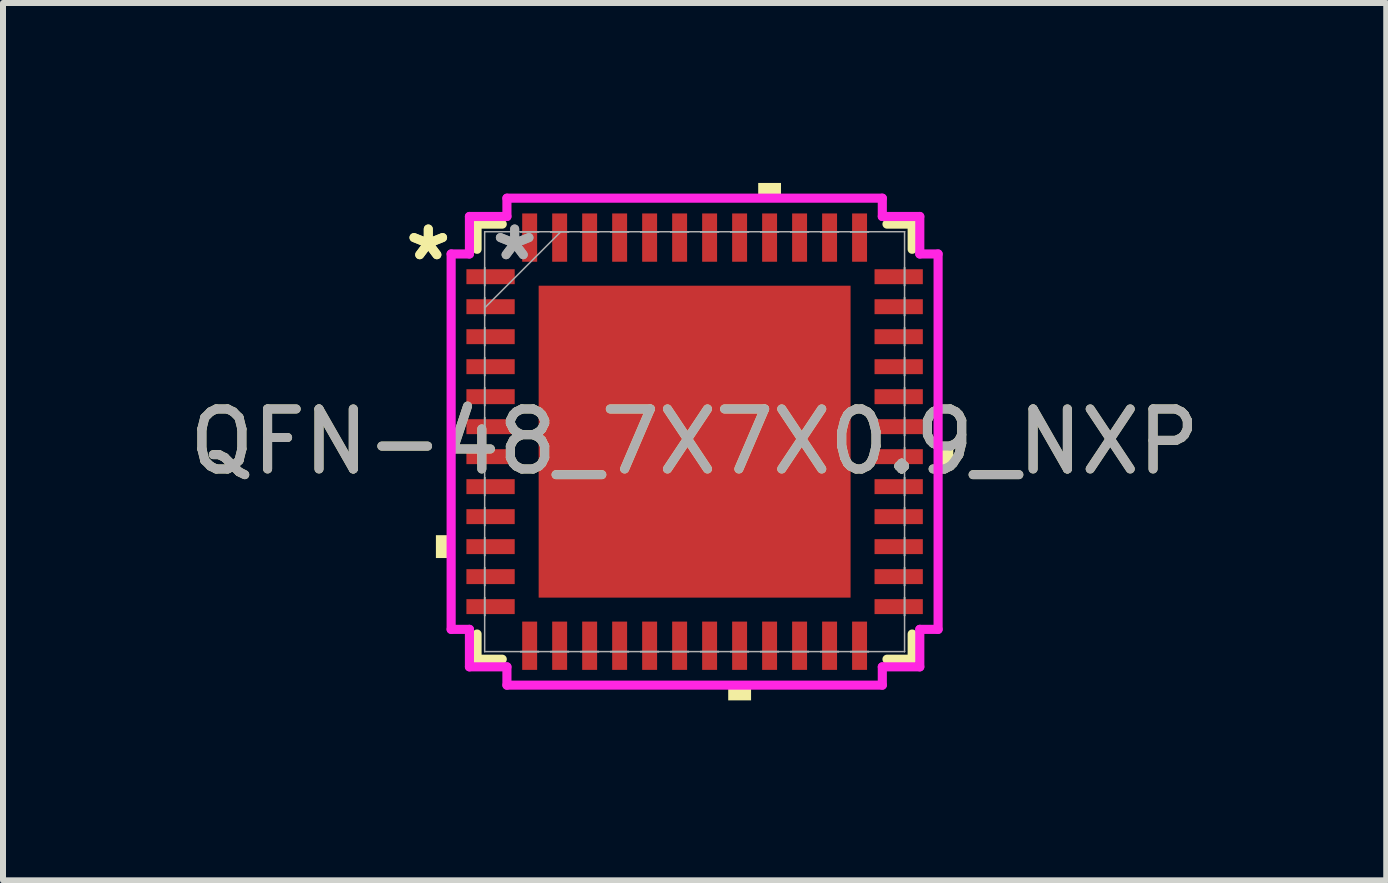
<source format=kicad_pcb>
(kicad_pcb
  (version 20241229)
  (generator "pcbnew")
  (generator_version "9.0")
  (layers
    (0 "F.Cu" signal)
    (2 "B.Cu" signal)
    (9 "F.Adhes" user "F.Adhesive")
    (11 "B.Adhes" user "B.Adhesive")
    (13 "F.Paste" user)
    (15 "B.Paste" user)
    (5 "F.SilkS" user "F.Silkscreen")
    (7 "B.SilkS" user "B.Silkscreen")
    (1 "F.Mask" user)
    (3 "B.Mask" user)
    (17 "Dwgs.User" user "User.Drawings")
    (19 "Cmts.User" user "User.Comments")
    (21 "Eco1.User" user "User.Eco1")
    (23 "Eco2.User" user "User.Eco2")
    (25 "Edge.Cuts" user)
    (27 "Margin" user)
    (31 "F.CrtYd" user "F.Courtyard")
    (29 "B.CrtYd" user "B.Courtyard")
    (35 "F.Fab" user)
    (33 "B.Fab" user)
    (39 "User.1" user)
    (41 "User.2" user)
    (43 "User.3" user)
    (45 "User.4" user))
  (footprint "QFN-48_7X7X0.9_NXP"
    (layer "F.Cu")
    (at 8.53 4.313)
    (property "Reference" "QFN-48_7X7X0.9_NXP" (at 0 0 0) (unlocked yes) (layer "F.SilkS") (effects (font (size 1 1) (thickness 0.15))))
    (attr smd)
    (fp_line (start -3.627 -3.627) (end -3.627 -3.207) (stroke (width 0.152) (type solid)) (layer "F.SilkS"))
    (fp_line (start -3.627 3.207) (end -3.627 3.627) (stroke (width 0.152) (type solid)) (layer "F.SilkS"))
    (fp_line (start -3.627 3.627) (end -3.207 3.627) (stroke (width 0.152) (type solid)) (layer "F.SilkS"))
    (fp_line (start -3.207 -3.627) (end -3.627 -3.627) (stroke (width 0.152) (type solid)) (layer "F.SilkS"))
    (fp_line (start 3.207 3.627) (end 3.627 3.627) (stroke (width 0.152) (type solid)) (layer "F.SilkS"))
    (fp_line (start 3.627 -3.627) (end 3.207 -3.627) (stroke (width 0.152) (type solid)) (layer "F.SilkS"))
    (fp_line (start 3.627 -3.207) (end 3.627 -3.627) (stroke (width 0.152) (type solid)) (layer "F.SilkS"))
    (fp_line (start 3.627 3.627) (end 3.627 3.207) (stroke (width 0.152) (type solid)) (layer "F.SilkS"))
    (fp_poly (pts (xy -4.313 1.559) (xy -4.313 1.94) (xy -4.059 1.94) (xy -4.059 1.559)) (stroke (width 0) (type solid)) (fill yes) (layer "F.SilkS"))
    (fp_poly (pts (xy 0.56 4.059) (xy 0.56 4.313) (xy 0.941 4.313) (xy 0.941 4.059)) (stroke (width 0) (type solid)) (fill yes) (layer "F.SilkS"))
    (fp_poly (pts (xy 1.06 -4.059) (xy 1.06 -4.313) (xy 1.44 -4.313) (xy 1.44 -4.059)) (stroke (width 0) (type solid)) (fill yes) (layer "F.SilkS"))
    (fp_poly (pts (xy 4.313 0.059) (xy 4.313 0.441) (xy 4.059 0.441) (xy 4.059 0.059)) (stroke (width 0) (type solid)) (fill yes) (layer "F.SilkS"))
    (fp_poly (pts (xy -2.5 -2.5) (xy -2.5 -1.4) (xy -1.4 -1.4) (xy -1.4 -2.5)) (stroke (width 0) (type solid)) (fill yes) (layer "F.Paste"))
    (fp_poly (pts (xy -2.5 -1.2) (xy -2.5 -0.1) (xy -1.4 -0.1) (xy -1.4 -1.2)) (stroke (width 0) (type solid)) (fill yes) (layer "F.Paste"))
    (fp_poly (pts (xy -2.5 0.1) (xy -2.5 1.2) (xy -1.4 1.2) (xy -1.4 0.1)) (stroke (width 0) (type solid)) (fill yes) (layer "F.Paste"))
    (fp_poly (pts (xy -2.5 1.4) (xy -2.5 2.5) (xy -1.4 2.5) (xy -1.4 1.4)) (stroke (width 0) (type solid)) (fill yes) (layer "F.Paste"))
    (fp_poly (pts (xy -1.2 -2.5) (xy -1.2 -1.4) (xy -0.1 -1.4) (xy -0.1 -2.5)) (stroke (width 0) (type solid)) (fill yes) (layer "F.Paste"))
    (fp_poly (pts (xy -1.2 -1.2) (xy -1.2 -0.1) (xy -0.1 -0.1) (xy -0.1 -1.2)) (stroke (width 0) (type solid)) (fill yes) (layer "F.Paste"))
    (fp_poly (pts (xy -1.2 0.1) (xy -1.2 1.2) (xy -0.1 1.2) (xy -0.1 0.1)) (stroke (width 0) (type solid)) (fill yes) (layer "F.Paste"))
    (fp_poly (pts (xy -1.2 1.4) (xy -1.2 2.5) (xy -0.1 2.5) (xy -0.1 1.4)) (stroke (width 0) (type solid)) (fill yes) (layer "F.Paste"))
    (fp_poly (pts (xy 0.1 -2.5) (xy 0.1 -1.4) (xy 1.2 -1.4) (xy 1.2 -2.5)) (stroke (width 0) (type solid)) (fill yes) (layer "F.Paste"))
    (fp_poly (pts (xy 0.1 -1.2) (xy 0.1 -0.1) (xy 1.2 -0.1) (xy 1.2 -1.2)) (stroke (width 0) (type solid)) (fill yes) (layer "F.Paste"))
    (fp_poly (pts (xy 0.1 0.1) (xy 0.1 1.2) (xy 1.2 1.2) (xy 1.2 0.1)) (stroke (width 0) (type solid)) (fill yes) (layer "F.Paste"))
    (fp_poly (pts (xy 0.1 1.4) (xy 0.1 2.5) (xy 1.2 2.5) (xy 1.2 1.4)) (stroke (width 0) (type solid)) (fill yes) (layer "F.Paste"))
    (fp_poly (pts (xy 1.4 -2.5) (xy 1.4 -1.4) (xy 2.5 -1.4) (xy 2.5 -2.5)) (stroke (width 0) (type solid)) (fill yes) (layer "F.Paste"))
    (fp_poly (pts (xy 1.4 -1.2) (xy 1.4 -0.1) (xy 2.5 -0.1) (xy 2.5 -1.2)) (stroke (width 0) (type solid)) (fill yes) (layer "F.Paste"))
    (fp_poly (pts (xy 1.4 0.1) (xy 1.4 1.2) (xy 2.5 1.2) (xy 2.5 0.1)) (stroke (width 0) (type solid)) (fill yes) (layer "F.Paste"))
    (fp_poly (pts (xy 1.4 1.4) (xy 1.4 2.5) (xy 2.5 2.5) (xy 2.5 1.4)) (stroke (width 0) (type solid)) (fill yes) (layer "F.Paste"))
    (fp_line (start -4.059 -3.129) (end -3.754 -3.129) (stroke (width 0.152) (type solid)) (layer "F.CrtYd"))
    (fp_line (start -4.059 3.129) (end -4.059 -3.129) (stroke (width 0.152) (type solid)) (layer "F.CrtYd"))
    (fp_line (start -3.754 -3.754) (end -3.129 -3.754) (stroke (width 0.152) (type solid)) (layer "F.CrtYd"))
    (fp_line (start -3.754 -3.129) (end -3.754 -3.754) (stroke (width 0.152) (type solid)) (layer "F.CrtYd"))
    (fp_line (start -3.754 3.129) (end -4.059 3.129) (stroke (width 0.152) (type solid)) (layer "F.CrtYd"))
    (fp_line (start -3.754 3.754) (end -3.754 3.129) (stroke (width 0.152) (type solid)) (layer "F.CrtYd"))
    (fp_line (start -3.129 -4.059) (end 3.129 -4.059) (stroke (width 0.152) (type solid)) (layer "F.CrtYd"))
    (fp_line (start -3.129 -3.754) (end -3.129 -4.059) (stroke (width 0.152) (type solid)) (layer "F.CrtYd"))
    (fp_line (start -3.129 3.754) (end -3.754 3.754) (stroke (width 0.152) (type solid)) (layer "F.CrtYd"))
    (fp_line (start -3.129 4.059) (end -3.129 3.754) (stroke (width 0.152) (type solid)) (layer "F.CrtYd"))
    (fp_line (start 3.129 -4.059) (end 3.129 -3.754) (stroke (width 0.152) (type solid)) (layer "F.CrtYd"))
    (fp_line (start 3.129 -3.754) (end 3.754 -3.754) (stroke (width 0.152) (type solid)) (layer "F.CrtYd"))
    (fp_line (start 3.129 3.754) (end 3.129 4.059) (stroke (width 0.152) (type solid)) (layer "F.CrtYd"))
    (fp_line (start 3.129 4.059) (end -3.129 4.059) (stroke (width 0.152) (type solid)) (layer "F.CrtYd"))
    (fp_line (start 3.754 -3.754) (end 3.754 -3.129) (stroke (width 0.152) (type solid)) (layer "F.CrtYd"))
    (fp_line (start 3.754 -3.129) (end 4.059 -3.129) (stroke (width 0.152) (type solid)) (layer "F.CrtYd"))
    (fp_line (start 3.754 3.129) (end 3.754 3.754) (stroke (width 0.152) (type solid)) (layer "F.CrtYd"))
    (fp_line (start 3.754 3.754) (end 3.129 3.754) (stroke (width 0.152) (type solid)) (layer "F.CrtYd"))
    (fp_line (start 4.059 -3.129) (end 4.059 3.129) (stroke (width 0.152) (type solid)) (layer "F.CrtYd"))
    (fp_line (start 4.059 3.129) (end 3.754 3.129) (stroke (width 0.152) (type solid)) (layer "F.CrtYd"))
    (fp_line (start -3.5 -3.5) (end -3.5 -3.5) (stroke (width 0.025) (type solid)) (layer "F.Fab"))
    (fp_line (start -3.5 -3.5) (end -3.5 3.5) (stroke (width 0.025) (type solid)) (layer "F.Fab"))
    (fp_line (start -3.5 -2.9) (end -3.5 -2.9) (stroke (width 0.025) (type solid)) (layer "F.Fab"))
    (fp_line (start -3.5 -2.9) (end -3.5 -2.6) (stroke (width 0.025) (type solid)) (layer "F.Fab"))
    (fp_line (start -3.5 -2.6) (end -3.5 -2.9) (stroke (width 0.025) (type solid)) (layer "F.Fab"))
    (fp_line (start -3.5 -2.6) (end -3.5 -2.6) (stroke (width 0.025) (type solid)) (layer "F.Fab"))
    (fp_line (start -3.5 -2.4) (end -3.5 -2.4) (stroke (width 0.025) (type solid)) (layer "F.Fab"))
    (fp_line (start -3.5 -2.4) (end -3.5 -2.1) (stroke (width 0.025) (type solid)) (layer "F.Fab"))
    (fp_line (start -3.5 -2.23) (end -2.23 -3.5) (stroke (width 0.025) (type solid)) (layer "F.Fab"))
    (fp_line (start -3.5 -2.1) (end -3.5 -2.4) (stroke (width 0.025) (type solid)) (layer "F.Fab"))
    (fp_line (start -3.5 -2.1) (end -3.5 -2.1) (stroke (width 0.025) (type solid)) (layer "F.Fab"))
    (fp_line (start -3.5 -1.9) (end -3.5 -1.9) (stroke (width 0.025) (type solid)) (layer "F.Fab"))
    (fp_line (start -3.5 -1.9) (end -3.5 -1.6) (stroke (width 0.025) (type solid)) (layer "F.Fab"))
    (fp_line (start -3.5 -1.6) (end -3.5 -1.9) (stroke (width 0.025) (type solid)) (layer "F.Fab"))
    (fp_line (start -3.5 -1.6) (end -3.5 -1.6) (stroke (width 0.025) (type solid)) (layer "F.Fab"))
    (fp_line (start -3.5 -1.4) (end -3.5 -1.4) (stroke (width 0.025) (type solid)) (layer "F.Fab"))
    (fp_line (start -3.5 -1.4) (end -3.5 -1.1) (stroke (width 0.025) (type solid)) (layer "F.Fab"))
    (fp_line (start -3.5 -1.1) (end -3.5 -1.4) (stroke (width 0.025) (type solid)) (layer "F.Fab"))
    (fp_line (start -3.5 -1.1) (end -3.5 -1.1) (stroke (width 0.025) (type solid)) (layer "F.Fab"))
    (fp_line (start -3.5 -0.9) (end -3.5 -0.9) (stroke (width 0.025) (type solid)) (layer "F.Fab"))
    (fp_line (start -3.5 -0.9) (end -3.5 -0.6) (stroke (width 0.025) (type solid)) (layer "F.Fab"))
    (fp_line (start -3.5 -0.6) (end -3.5 -0.9) (stroke (width 0.025) (type solid)) (layer "F.Fab"))
    (fp_line (start -3.5 -0.6) (end -3.5 -0.6) (stroke (width 0.025) (type solid)) (layer "F.Fab"))
    (fp_line (start -3.5 -0.4) (end -3.5 -0.4) (stroke (width 0.025) (type solid)) (layer "F.Fab"))
    (fp_line (start -3.5 -0.4) (end -3.5 -0.1) (stroke (width 0.025) (type solid)) (layer "F.Fab"))
    (fp_line (start -3.5 -0.1) (end -3.5 -0.4) (stroke (width 0.025) (type solid)) (layer "F.Fab"))
    (fp_line (start -3.5 -0.1) (end -3.5 -0.1) (stroke (width 0.025) (type solid)) (layer "F.Fab"))
    (fp_line (start -3.5 0.1) (end -3.5 0.1) (stroke (width 0.025) (type solid)) (layer "F.Fab"))
    (fp_line (start -3.5 0.1) (end -3.5 0.4) (stroke (width 0.025) (type solid)) (layer "F.Fab"))
    (fp_line (start -3.5 0.4) (end -3.5 0.1) (stroke (width 0.025) (type solid)) (layer "F.Fab"))
    (fp_line (start -3.5 0.4) (end -3.5 0.4) (stroke (width 0.025) (type solid)) (layer "F.Fab"))
    (fp_line (start -3.5 0.6) (end -3.5 0.6) (stroke (width 0.025) (type solid)) (layer "F.Fab"))
    (fp_line (start -3.5 0.6) (end -3.5 0.9) (stroke (width 0.025) (type solid)) (layer "F.Fab"))
    (fp_line (start -3.5 0.9) (end -3.5 0.6) (stroke (width 0.025) (type solid)) (layer "F.Fab"))
    (fp_line (start -3.5 0.9) (end -3.5 0.9) (stroke (width 0.025) (type solid)) (layer "F.Fab"))
    (fp_line (start -3.5 1.1) (end -3.5 1.1) (stroke (width 0.025) (type solid)) (layer "F.Fab"))
    (fp_line (start -3.5 1.1) (end -3.5 1.4) (stroke (width 0.025) (type solid)) (layer "F.Fab"))
    (fp_line (start -3.5 1.4) (end -3.5 1.1) (stroke (width 0.025) (type solid)) (layer "F.Fab"))
    (fp_line (start -3.5 1.4) (end -3.5 1.4) (stroke (width 0.025) (type solid)) (layer "F.Fab"))
    (fp_line (start -3.5 1.6) (end -3.5 1.6) (stroke (width 0.025) (type solid)) (layer "F.Fab"))
    (fp_line (start -3.5 1.6) (end -3.5 1.9) (stroke (width 0.025) (type solid)) (layer "F.Fab"))
    (fp_line (start -3.5 1.9) (end -3.5 1.6) (stroke (width 0.025) (type solid)) (layer "F.Fab"))
    (fp_line (start -3.5 1.9) (end -3.5 1.9) (stroke (width 0.025) (type solid)) (layer "F.Fab"))
    (fp_line (start -3.5 2.1) (end -3.5 2.1) (stroke (width 0.025) (type solid)) (layer "F.Fab"))
    (fp_line (start -3.5 2.1) (end -3.5 2.4) (stroke (width 0.025) (type solid)) (layer "F.Fab"))
    (fp_line (start -3.5 2.4) (end -3.5 2.1) (stroke (width 0.025) (type solid)) (layer "F.Fab"))
    (fp_line (start -3.5 2.4) (end -3.5 2.4) (stroke (width 0.025) (type solid)) (layer "F.Fab"))
    (fp_line (start -3.5 2.6) (end -3.5 2.6) (stroke (width 0.025) (type solid)) (layer "F.Fab"))
    (fp_line (start -3.5 2.6) (end -3.5 2.9) (stroke (width 0.025) (type solid)) (layer "F.Fab"))
    (fp_line (start -3.5 2.9) (end -3.5 2.6) (stroke (width 0.025) (type solid)) (layer "F.Fab"))
    (fp_line (start -3.5 2.9) (end -3.5 2.9) (stroke (width 0.025) (type solid)) (layer "F.Fab"))
    (fp_line (start -3.5 3.5) (end -3.5 3.5) (stroke (width 0.025) (type solid)) (layer "F.Fab"))
    (fp_line (start -3.5 3.5) (end 3.5 3.5) (stroke (width 0.025) (type solid)) (layer "F.Fab"))
    (fp_line (start -2.9 -3.5) (end -2.9 -3.5) (stroke (width 0.025) (type solid)) (layer "F.Fab"))
    (fp_line (start -2.9 -3.5) (end -2.6 -3.5) (stroke (width 0.025) (type solid)) (layer "F.Fab"))
    (fp_line (start -2.9 3.5) (end -2.9 3.5) (stroke (width 0.025) (type solid)) (layer "F.Fab"))
    (fp_line (start -2.9 3.5) (end -2.6 3.5) (stroke (width 0.025) (type solid)) (layer "F.Fab"))
    (fp_line (start -2.6 -3.5) (end -2.9 -3.5) (stroke (width 0.025) (type solid)) (layer "F.Fab"))
    (fp_line (start -2.6 -3.5) (end -2.6 -3.5) (stroke (width 0.025) (type solid)) (layer "F.Fab"))
    (fp_line (start -2.6 3.5) (end -2.9 3.5) (stroke (width 0.025) (type solid)) (layer "F.Fab"))
    (fp_line (start -2.6 3.5) (end -2.6 3.5) (stroke (width 0.025) (type solid)) (layer "F.Fab"))
    (fp_line (start -2.4 -3.5) (end -2.4 -3.5) (stroke (width 0.025) (type solid)) (layer "F.Fab"))
    (fp_line (start -2.4 -3.5) (end -2.1 -3.5) (stroke (width 0.025) (type solid)) (layer "F.Fab"))
    (fp_line (start -2.4 3.5) (end -2.4 3.5) (stroke (width 0.025) (type solid)) (layer "F.Fab"))
    (fp_line (start -2.4 3.5) (end -2.1 3.5) (stroke (width 0.025) (type solid)) (layer "F.Fab"))
    (fp_line (start -2.1 -3.5) (end -2.4 -3.5) (stroke (width 0.025) (type solid)) (layer "F.Fab"))
    (fp_line (start -2.1 -3.5) (end -2.1 -3.5) (stroke (width 0.025) (type solid)) (layer "F.Fab"))
    (fp_line (start -2.1 3.5) (end -2.4 3.5) (stroke (width 0.025) (type solid)) (layer "F.Fab"))
    (fp_line (start -2.1 3.5) (end -2.1 3.5) (stroke (width 0.025) (type solid)) (layer "F.Fab"))
    (fp_line (start -1.9 -3.5) (end -1.9 -3.5) (stroke (width 0.025) (type solid)) (layer "F.Fab"))
    (fp_line (start -1.9 -3.5) (end -1.6 -3.5) (stroke (width 0.025) (type solid)) (layer "F.Fab"))
    (fp_line (start -1.9 3.5) (end -1.9 3.5) (stroke (width 0.025) (type solid)) (layer "F.Fab"))
    (fp_line (start -1.9 3.5) (end -1.6 3.5) (stroke (width 0.025) (type solid)) (layer "F.Fab"))
    (fp_line (start -1.6 -3.5) (end -1.9 -3.5) (stroke (width 0.025) (type solid)) (layer "F.Fab"))
    (fp_line (start -1.6 -3.5) (end -1.6 -3.5) (stroke (width 0.025) (type solid)) (layer "F.Fab"))
    (fp_line (start -1.6 3.5) (end -1.9 3.5) (stroke (width 0.025) (type solid)) (layer "F.Fab"))
    (fp_line (start -1.6 3.5) (end -1.6 3.5) (stroke (width 0.025) (type solid)) (layer "F.Fab"))
    (fp_line (start -1.4 -3.5) (end -1.4 -3.5) (stroke (width 0.025) (type solid)) (layer "F.Fab"))
    (fp_line (start -1.4 -3.5) (end -1.1 -3.5) (stroke (width 0.025) (type solid)) (layer "F.Fab"))
    (fp_line (start -1.4 3.5) (end -1.4 3.5) (stroke (width 0.025) (type solid)) (layer "F.Fab"))
    (fp_line (start -1.4 3.5) (end -1.1 3.5) (stroke (width 0.025) (type solid)) (layer "F.Fab"))
    (fp_line (start -1.1 -3.5) (end -1.4 -3.5) (stroke (width 0.025) (type solid)) (layer "F.Fab"))
    (fp_line (start -1.1 -3.5) (end -1.1 -3.5) (stroke (width 0.025) (type solid)) (layer "F.Fab"))
    (fp_line (start -1.1 3.5) (end -1.4 3.5) (stroke (width 0.025) (type solid)) (layer "F.Fab"))
    (fp_line (start -1.1 3.5) (end -1.1 3.5) (stroke (width 0.025) (type solid)) (layer "F.Fab"))
    (fp_line (start -0.9 -3.5) (end -0.9 -3.5) (stroke (width 0.025) (type solid)) (layer "F.Fab"))
    (fp_line (start -0.9 -3.5) (end -0.6 -3.5) (stroke (width 0.025) (type solid)) (layer "F.Fab"))
    (fp_line (start -0.9 3.5) (end -0.9 3.5) (stroke (width 0.025) (type solid)) (layer "F.Fab"))
    (fp_line (start -0.9 3.5) (end -0.6 3.5) (stroke (width 0.025) (type solid)) (layer "F.Fab"))
    (fp_line (start -0.6 -3.5) (end -0.9 -3.5) (stroke (width 0.025) (type solid)) (layer "F.Fab"))
    (fp_line (start -0.6 -3.5) (end -0.6 -3.5) (stroke (width 0.025) (type solid)) (layer "F.Fab"))
    (fp_line (start -0.6 3.5) (end -0.9 3.5) (stroke (width 0.025) (type solid)) (layer "F.Fab"))
    (fp_line (start -0.6 3.5) (end -0.6 3.5) (stroke (width 0.025) (type solid)) (layer "F.Fab"))
    (fp_line (start -0.4 -3.5) (end -0.4 -3.5) (stroke (width 0.025) (type solid)) (layer "F.Fab"))
    (fp_line (start -0.4 -3.5) (end -0.1 -3.5) (stroke (width 0.025) (type solid)) (layer "F.Fab"))
    (fp_line (start -0.4 3.5) (end -0.4 3.5) (stroke (width 0.025) (type solid)) (layer "F.Fab"))
    (fp_line (start -0.4 3.5) (end -0.1 3.5) (stroke (width 0.025) (type solid)) (layer "F.Fab"))
    (fp_line (start -0.1 -3.5) (end -0.4 -3.5) (stroke (width 0.025) (type solid)) (layer "F.Fab"))
    (fp_line (start -0.1 -3.5) (end -0.1 -3.5) (stroke (width 0.025) (type solid)) (layer "F.Fab"))
    (fp_line (start -0.1 3.5) (end -0.4 3.5) (stroke (width 0.025) (type solid)) (layer "F.Fab"))
    (fp_line (start -0.1 3.5) (end -0.1 3.5) (stroke (width 0.025) (type solid)) (layer "F.Fab"))
    (fp_line (start 0.1 -3.5) (end 0.1 -3.5) (stroke (width 0.025) (type solid)) (layer "F.Fab"))
    (fp_line (start 0.1 -3.5) (end 0.4 -3.5) (stroke (width 0.025) (type solid)) (layer "F.Fab"))
    (fp_line (start 0.1 3.5) (end 0.1 3.5) (stroke (width 0.025) (type solid)) (layer "F.Fab"))
    (fp_line (start 0.1 3.5) (end 0.4 3.5) (stroke (width 0.025) (type solid)) (layer "F.Fab"))
    (fp_line (start 0.4 -3.5) (end 0.1 -3.5) (stroke (width 0.025) (type solid)) (layer "F.Fab"))
    (fp_line (start 0.4 -3.5) (end 0.4 -3.5) (stroke (width 0.025) (type solid)) (layer "F.Fab"))
    (fp_line (start 0.4 3.5) (end 0.1 3.5) (stroke (width 0.025) (type solid)) (layer "F.Fab"))
    (fp_line (start 0.4 3.5) (end 0.4 3.5) (stroke (width 0.025) (type solid)) (layer "F.Fab"))
    (fp_line (start 0.6 -3.5) (end 0.6 -3.5) (stroke (width 0.025) (type solid)) (layer "F.Fab"))
    (fp_line (start 0.6 -3.5) (end 0.9 -3.5) (stroke (width 0.025) (type solid)) (layer "F.Fab"))
    (fp_line (start 0.6 3.5) (end 0.6 3.5) (stroke (width 0.025) (type solid)) (layer "F.Fab"))
    (fp_line (start 0.6 3.5) (end 0.9 3.5) (stroke (width 0.025) (type solid)) (layer "F.Fab"))
    (fp_line (start 0.9 -3.5) (end 0.6 -3.5) (stroke (width 0.025) (type solid)) (layer "F.Fab"))
    (fp_line (start 0.9 -3.5) (end 0.9 -3.5) (stroke (width 0.025) (type solid)) (layer "F.Fab"))
    (fp_line (start 0.9 3.5) (end 0.6 3.5) (stroke (width 0.025) (type solid)) (layer "F.Fab"))
    (fp_line (start 0.9 3.5) (end 0.9 3.5) (stroke (width 0.025) (type solid)) (layer "F.Fab"))
    (fp_line (start 1.1 -3.5) (end 1.1 -3.5) (stroke (width 0.025) (type solid)) (layer "F.Fab"))
    (fp_line (start 1.1 -3.5) (end 1.4 -3.5) (stroke (width 0.025) (type solid)) (layer "F.Fab"))
    (fp_line (start 1.1 3.5) (end 1.1 3.5) (stroke (width 0.025) (type solid)) (layer "F.Fab"))
    (fp_line (start 1.1 3.5) (end 1.4 3.5) (stroke (width 0.025) (type solid)) (layer "F.Fab"))
    (fp_line (start 1.4 -3.5) (end 1.1 -3.5) (stroke (width 0.025) (type solid)) (layer "F.Fab"))
    (fp_line (start 1.4 -3.5) (end 1.4 -3.5) (stroke (width 0.025) (type solid)) (layer "F.Fab"))
    (fp_line (start 1.4 3.5) (end 1.1 3.5) (stroke (width 0.025) (type solid)) (layer "F.Fab"))
    (fp_line (start 1.4 3.5) (end 1.4 3.5) (stroke (width 0.025) (type solid)) (layer "F.Fab"))
    (fp_line (start 1.6 -3.5) (end 1.6 -3.5) (stroke (width 0.025) (type solid)) (layer "F.Fab"))
    (fp_line (start 1.6 -3.5) (end 1.9 -3.5) (stroke (width 0.025) (type solid)) (layer "F.Fab"))
    (fp_line (start 1.6 3.5) (end 1.6 3.5) (stroke (width 0.025) (type solid)) (layer "F.Fab"))
    (fp_line (start 1.6 3.5) (end 1.9 3.5) (stroke (width 0.025) (type solid)) (layer "F.Fab"))
    (fp_line (start 1.9 -3.5) (end 1.6 -3.5) (stroke (width 0.025) (type solid)) (layer "F.Fab"))
    (fp_line (start 1.9 -3.5) (end 1.9 -3.5) (stroke (width 0.025) (type solid)) (layer "F.Fab"))
    (fp_line (start 1.9 3.5) (end 1.6 3.5) (stroke (width 0.025) (type solid)) (layer "F.Fab"))
    (fp_line (start 1.9 3.5) (end 1.9 3.5) (stroke (width 0.025) (type solid)) (layer "F.Fab"))
    (fp_line (start 2.1 -3.5) (end 2.1 -3.5) (stroke (width 0.025) (type solid)) (layer "F.Fab"))
    (fp_line (start 2.1 -3.5) (end 2.4 -3.5) (stroke (width 0.025) (type solid)) (layer "F.Fab"))
    (fp_line (start 2.1 3.5) (end 2.1 3.5) (stroke (width 0.025) (type solid)) (layer "F.Fab"))
    (fp_line (start 2.1 3.5) (end 2.4 3.5) (stroke (width 0.025) (type solid)) (layer "F.Fab"))
    (fp_line (start 2.4 -3.5) (end 2.1 -3.5) (stroke (width 0.025) (type solid)) (layer "F.Fab"))
    (fp_line (start 2.4 -3.5) (end 2.4 -3.5) (stroke (width 0.025) (type solid)) (layer "F.Fab"))
    (fp_line (start 2.4 3.5) (end 2.1 3.5) (stroke (width 0.025) (type solid)) (layer "F.Fab"))
    (fp_line (start 2.4 3.5) (end 2.4 3.5) (stroke (width 0.025) (type solid)) (layer "F.Fab"))
    (fp_line (start 2.6 -3.5) (end 2.6 -3.5) (stroke (width 0.025) (type solid)) (layer "F.Fab"))
    (fp_line (start 2.6 -3.5) (end 2.9 -3.5) (stroke (width 0.025) (type solid)) (layer "F.Fab"))
    (fp_line (start 2.6 3.5) (end 2.6 3.5) (stroke (width 0.025) (type solid)) (layer "F.Fab"))
    (fp_line (start 2.6 3.5) (end 2.9 3.5) (stroke (width 0.025) (type solid)) (layer "F.Fab"))
    (fp_line (start 2.9 -3.5) (end 2.6 -3.5) (stroke (width 0.025) (type solid)) (layer "F.Fab"))
    (fp_line (start 2.9 -3.5) (end 2.9 -3.5) (stroke (width 0.025) (type solid)) (layer "F.Fab"))
    (fp_line (start 2.9 3.5) (end 2.6 3.5) (stroke (width 0.025) (type solid)) (layer "F.Fab"))
    (fp_line (start 2.9 3.5) (end 2.9 3.5) (stroke (width 0.025) (type solid)) (layer "F.Fab"))
    (fp_line (start 3.5 -3.5) (end -3.5 -3.5) (stroke (width 0.025) (type solid)) (layer "F.Fab"))
    (fp_line (start 3.5 -3.5) (end 3.5 -3.5) (stroke (width 0.025) (type solid)) (layer "F.Fab"))
    (fp_line (start 3.5 -2.9) (end 3.5 -2.9) (stroke (width 0.025) (type solid)) (layer "F.Fab"))
    (fp_line (start 3.5 -2.9) (end 3.5 -2.6) (stroke (width 0.025) (type solid)) (layer "F.Fab"))
    (fp_line (start 3.5 -2.6) (end 3.5 -2.9) (stroke (width 0.025) (type solid)) (layer "F.Fab"))
    (fp_line (start 3.5 -2.6) (end 3.5 -2.6) (stroke (width 0.025) (type solid)) (layer "F.Fab"))
    (fp_line (start 3.5 -2.4) (end 3.5 -2.4) (stroke (width 0.025) (type solid)) (layer "F.Fab"))
    (fp_line (start 3.5 -2.4) (end 3.5 -2.1) (stroke (width 0.025) (type solid)) (layer "F.Fab"))
    (fp_line (start 3.5 -2.1) (end 3.5 -2.4) (stroke (width 0.025) (type solid)) (layer "F.Fab"))
    (fp_line (start 3.5 -2.1) (end 3.5 -2.1) (stroke (width 0.025) (type solid)) (layer "F.Fab"))
    (fp_line (start 3.5 -1.9) (end 3.5 -1.9) (stroke (width 0.025) (type solid)) (layer "F.Fab"))
    (fp_line (start 3.5 -1.9) (end 3.5 -1.6) (stroke (width 0.025) (type solid)) (layer "F.Fab"))
    (fp_line (start 3.5 -1.6) (end 3.5 -1.9) (stroke (width 0.025) (type solid)) (layer "F.Fab"))
    (fp_line (start 3.5 -1.6) (end 3.5 -1.6) (stroke (width 0.025) (type solid)) (layer "F.Fab"))
    (fp_line (start 3.5 -1.4) (end 3.5 -1.4) (stroke (width 0.025) (type solid)) (layer "F.Fab"))
    (fp_line (start 3.5 -1.4) (end 3.5 -1.1) (stroke (width 0.025) (type solid)) (layer "F.Fab"))
    (fp_line (start 3.5 -1.1) (end 3.5 -1.4) (stroke (width 0.025) (type solid)) (layer "F.Fab"))
    (fp_line (start 3.5 -1.1) (end 3.5 -1.1) (stroke (width 0.025) (type solid)) (layer "F.Fab"))
    (fp_line (start 3.5 -0.9) (end 3.5 -0.9) (stroke (width 0.025) (type solid)) (layer "F.Fab"))
    (fp_line (start 3.5 -0.9) (end 3.5 -0.6) (stroke (width 0.025) (type solid)) (layer "F.Fab"))
    (fp_line (start 3.5 -0.6) (end 3.5 -0.9) (stroke (width 0.025) (type solid)) (layer "F.Fab"))
    (fp_line (start 3.5 -0.6) (end 3.5 -0.6) (stroke (width 0.025) (type solid)) (layer "F.Fab"))
    (fp_line (start 3.5 -0.4) (end 3.5 -0.4) (stroke (width 0.025) (type solid)) (layer "F.Fab"))
    (fp_line (start 3.5 -0.4) (end 3.5 -0.1) (stroke (width 0.025) (type solid)) (layer "F.Fab"))
    (fp_line (start 3.5 -0.1) (end 3.5 -0.4) (stroke (width 0.025) (type solid)) (layer "F.Fab"))
    (fp_line (start 3.5 -0.1) (end 3.5 -0.1) (stroke (width 0.025) (type solid)) (layer "F.Fab"))
    (fp_line (start 3.5 0.1) (end 3.5 0.1) (stroke (width 0.025) (type solid)) (layer "F.Fab"))
    (fp_line (start 3.5 0.1) (end 3.5 0.4) (stroke (width 0.025) (type solid)) (layer "F.Fab"))
    (fp_line (start 3.5 0.4) (end 3.5 0.1) (stroke (width 0.025) (type solid)) (layer "F.Fab"))
    (fp_line (start 3.5 0.4) (end 3.5 0.4) (stroke (width 0.025) (type solid)) (layer "F.Fab"))
    (fp_line (start 3.5 0.6) (end 3.5 0.6) (stroke (width 0.025) (type solid)) (layer "F.Fab"))
    (fp_line (start 3.5 0.6) (end 3.5 0.9) (stroke (width 0.025) (type solid)) (layer "F.Fab"))
    (fp_line (start 3.5 0.9) (end 3.5 0.6) (stroke (width 0.025) (type solid)) (layer "F.Fab"))
    (fp_line (start 3.5 0.9) (end 3.5 0.9) (stroke (width 0.025) (type solid)) (layer "F.Fab"))
    (fp_line (start 3.5 1.1) (end 3.5 1.1) (stroke (width 0.025) (type solid)) (layer "F.Fab"))
    (fp_line (start 3.5 1.1) (end 3.5 1.4) (stroke (width 0.025) (type solid)) (layer "F.Fab"))
    (fp_line (start 3.5 1.4) (end 3.5 1.1) (stroke (width 0.025) (type solid)) (layer "F.Fab"))
    (fp_line (start 3.5 1.4) (end 3.5 1.4) (stroke (width 0.025) (type solid)) (layer "F.Fab"))
    (fp_line (start 3.5 1.6) (end 3.5 1.6) (stroke (width 0.025) (type solid)) (layer "F.Fab"))
    (fp_line (start 3.5 1.6) (end 3.5 1.9) (stroke (width 0.025) (type solid)) (layer "F.Fab"))
    (fp_line (start 3.5 1.9) (end 3.5 1.6) (stroke (width 0.025) (type solid)) (layer "F.Fab"))
    (fp_line (start 3.5 1.9) (end 3.5 1.9) (stroke (width 0.025) (type solid)) (layer "F.Fab"))
    (fp_line (start 3.5 2.1) (end 3.5 2.1) (stroke (width 0.025) (type solid)) (layer "F.Fab"))
    (fp_line (start 3.5 2.1) (end 3.5 2.4) (stroke (width 0.025) (type solid)) (layer "F.Fab"))
    (fp_line (start 3.5 2.4) (end 3.5 2.1) (stroke (width 0.025) (type solid)) (layer "F.Fab"))
    (fp_line (start 3.5 2.4) (end 3.5 2.4) (stroke (width 0.025) (type solid)) (layer "F.Fab"))
    (fp_line (start 3.5 2.6) (end 3.5 2.6) (stroke (width 0.025) (type solid)) (layer "F.Fab"))
    (fp_line (start 3.5 2.6) (end 3.5 2.9) (stroke (width 0.025) (type solid)) (layer "F.Fab"))
    (fp_line (start 3.5 2.9) (end 3.5 2.6) (stroke (width 0.025) (type solid)) (layer "F.Fab"))
    (fp_line (start 3.5 2.9) (end 3.5 2.9) (stroke (width 0.025) (type solid)) (layer "F.Fab"))
    (fp_line (start 3.5 3.5) (end 3.5 -3.5) (stroke (width 0.025) (type solid)) (layer "F.Fab"))
    (fp_line (start 3.5 3.5) (end 3.5 3.5) (stroke (width 0.025) (type solid)) (layer "F.Fab"))
    (fp_text user "*" (at -4.44 -3 0) (layer "F.SilkS") (effects (font (size 1 1) (thickness 0.15))))
    (fp_text user "*" (at -4.44 -3 0) (unlocked yes) (layer "F.SilkS") (effects (font (size 1 1) (thickness 0.15))))
    (fp_text user "*" (at -3 -3 0) (unlocked yes) (layer "F.Fab") (effects (font (size 1 1) (thickness 0.15))))
    (fp_text user "*" (at -3 -3 0) (layer "F.Fab") (effects (font (size 1 1) (thickness 0.15))))
    (fp_text user "${REFERENCE}" (at 0 0 0) (unlocked yes) (layer "F.Fab") (effects (font (size 1 1) (thickness 0.15))))
    (pad "1" smd rect (at -3.402 -2.75 90) (size 0.249 0.805) (layers "F.Cu" "F.Mask" "F.Paste"))
    (pad "2" smd rect (at -3.402 -2.25 90) (size 0.249 0.805) (layers "F.Cu" "F.Mask" "F.Paste"))
    (pad "3" smd rect (at -3.402 -1.75 90) (size 0.249 0.805) (layers "F.Cu" "F.Mask" "F.Paste"))
    (pad "4" smd rect (at -3.402 -1.25 90) (size 0.249 0.805) (layers "F.Cu" "F.Mask" "F.Paste"))
    (pad "5" smd rect (at -3.402 -0.75 90) (size 0.249 0.805) (layers "F.Cu" "F.Mask" "F.Paste"))
    (pad "6" smd rect (at -3.402 -0.25 90) (size 0.249 0.805) (layers "F.Cu" "F.Mask" "F.Paste"))
    (pad "7" smd rect (at -3.402 0.25 90) (size 0.249 0.805) (layers "F.Cu" "F.Mask" "F.Paste"))
    (pad "8" smd rect (at -3.402 0.75 90) (size 0.249 0.805) (layers "F.Cu" "F.Mask" "F.Paste"))
    (pad "9" smd rect (at -3.402 1.25 90) (size 0.249 0.805) (layers "F.Cu" "F.Mask" "F.Paste"))
    (pad "10" smd rect (at -3.402 1.75 90) (size 0.249 0.805) (layers "F.Cu" "F.Mask" "F.Paste"))
    (pad "11" smd rect (at -3.402 2.25 90) (size 0.249 0.805) (layers "F.Cu" "F.Mask" "F.Paste"))
    (pad "12" smd rect (at -3.402 2.75 90) (size 0.249 0.805) (layers "F.Cu" "F.Mask" "F.Paste"))
    (pad "13" smd rect (at -2.75 3.402) (size 0.249 0.805) (layers "F.Cu" "F.Mask" "F.Paste"))
    (pad "14" smd rect (at -2.25 3.402) (size 0.249 0.805) (layers "F.Cu" "F.Mask" "F.Paste"))
    (pad "15" smd rect (at -1.75 3.402) (size 0.249 0.805) (layers "F.Cu" "F.Mask" "F.Paste"))
    (pad "16" smd rect (at -1.25 3.402) (size 0.249 0.805) (layers "F.Cu" "F.Mask" "F.Paste"))
    (pad "17" smd rect (at -0.75 3.402) (size 0.249 0.805) (layers "F.Cu" "F.Mask" "F.Paste"))
    (pad "18" smd rect (at -0.25 3.402) (size 0.249 0.805) (layers "F.Cu" "F.Mask" "F.Paste"))
    (pad "19" smd rect (at 0.25 3.402) (size 0.249 0.805) (layers "F.Cu" "F.Mask" "F.Paste"))
    (pad "20" smd rect (at 0.75 3.402) (size 0.249 0.805) (layers "F.Cu" "F.Mask" "F.Paste"))
    (pad "21" smd rect (at 1.25 3.402) (size 0.249 0.805) (layers "F.Cu" "F.Mask" "F.Paste"))
    (pad "22" smd rect (at 1.75 3.402) (size 0.249 0.805) (layers "F.Cu" "F.Mask" "F.Paste"))
    (pad "23" smd rect (at 2.25 3.402) (size 0.249 0.805) (layers "F.Cu" "F.Mask" "F.Paste"))
    (pad "24" smd rect (at 2.75 3.402) (size 0.249 0.805) (layers "F.Cu" "F.Mask" "F.Paste"))
    (pad "25" smd rect (at 3.402 2.75 90) (size 0.249 0.805) (layers "F.Cu" "F.Mask" "F.Paste"))
    (pad "26" smd rect (at 3.402 2.25 90) (size 0.249 0.805) (layers "F.Cu" "F.Mask" "F.Paste"))
    (pad "27" smd rect (at 3.402 1.75 90) (size 0.249 0.805) (layers "F.Cu" "F.Mask" "F.Paste"))
    (pad "28" smd rect (at 3.402 1.25 90) (size 0.249 0.805) (layers "F.Cu" "F.Mask" "F.Paste"))
    (pad "29" smd rect (at 3.402 0.75 90) (size 0.249 0.805) (layers "F.Cu" "F.Mask" "F.Paste"))
    (pad "30" smd rect (at 3.402 0.25 90) (size 0.249 0.805) (layers "F.Cu" "F.Mask" "F.Paste"))
    (pad "31" smd rect (at 3.402 -0.25 90) (size 0.249 0.805) (layers "F.Cu" "F.Mask" "F.Paste"))
    (pad "32" smd rect (at 3.402 -0.75 90) (size 0.249 0.805) (layers "F.Cu" "F.Mask" "F.Paste"))
    (pad "33" smd rect (at 3.402 -1.25 90) (size 0.249 0.805) (layers "F.Cu" "F.Mask" "F.Paste"))
    (pad "34" smd rect (at 3.402 -1.75 90) (size 0.249 0.805) (layers "F.Cu" "F.Mask" "F.Paste"))
    (pad "35" smd rect (at 3.402 -2.25 90) (size 0.249 0.805) (layers "F.Cu" "F.Mask" "F.Paste"))
    (pad "36" smd rect (at 3.402 -2.75 90) (size 0.249 0.805) (layers "F.Cu" "F.Mask" "F.Paste"))
    (pad "37" smd rect (at 2.75 -3.402) (size 0.249 0.805) (layers "F.Cu" "F.Mask" "F.Paste"))
    (pad "38" smd rect (at 2.25 -3.402) (size 0.249 0.805) (layers "F.Cu" "F.Mask" "F.Paste"))
    (pad "39" smd rect (at 1.75 -3.402) (size 0.249 0.805) (layers "F.Cu" "F.Mask" "F.Paste"))
    (pad "40" smd rect (at 1.25 -3.402) (size 0.249 0.805) (layers "F.Cu" "F.Mask" "F.Paste"))
    (pad "41" smd rect (at 0.75 -3.402) (size 0.249 0.805) (layers "F.Cu" "F.Mask" "F.Paste"))
    (pad "42" smd rect (at 0.25 -3.402) (size 0.249 0.805) (layers "F.Cu" "F.Mask" "F.Paste"))
    (pad "43" smd rect (at -0.25 -3.402) (size 0.249 0.805) (layers "F.Cu" "F.Mask" "F.Paste"))
    (pad "44" smd rect (at -0.75 -3.402) (size 0.249 0.805) (layers "F.Cu" "F.Mask" "F.Paste"))
    (pad "45" smd rect (at -1.25 -3.402) (size 0.249 0.805) (layers "F.Cu" "F.Mask" "F.Paste"))
    (pad "46" smd rect (at -1.75 -3.402) (size 0.249 0.805) (layers "F.Cu" "F.Mask" "F.Paste"))
    (pad "47" smd rect (at -2.25 -3.402) (size 0.249 0.805) (layers "F.Cu" "F.Mask" "F.Paste"))
    (pad "48" smd rect (at -2.75 -3.402) (size 0.249 0.805) (layers "F.Cu" "F.Mask" "F.Paste"))
    (pad "49" smd rect (at 0 0) (size 5.2 5.2) (layers "F.Cu" "F.Mask")))
  (gr_rect
    (start -3 -3)
    (end 20.06 11.626)
    (stroke (width 0.1) (type default))
    (fill no)
    (layer "Edge.Cuts")))
</source>
